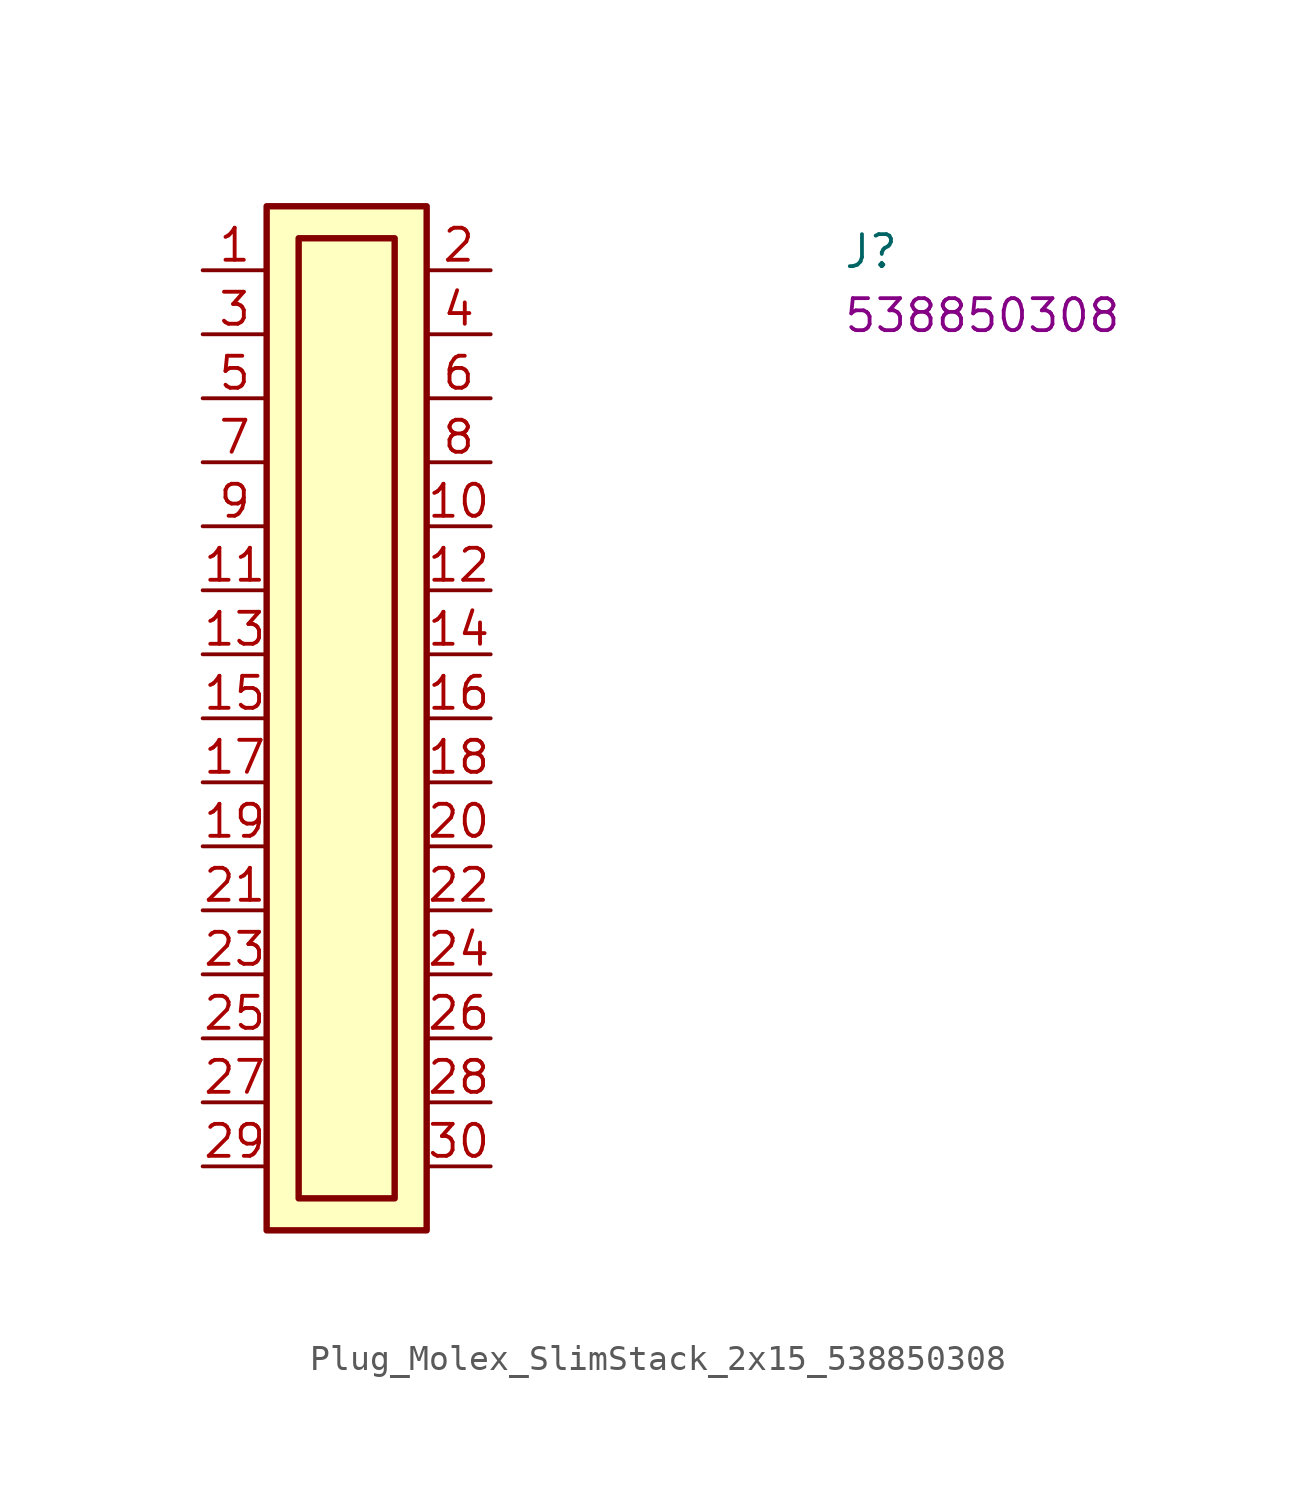
<source format=kicad_sym>
(kicad_symbol_lib
  (version 20220914)
  (generator kicad_symbol_editor)
  (symbol "Plug_Molex_SlimStack_2x15_538850308"
    (property "Reference" "J"
      (at 25.4 0 0)
      (effects (font (size 1.27 1.27) (thickness 0.15)) (justify left bottom)))
    (property "MPN" "538850308"
      (at 25.4 -2.54 0)
      (effects (font (size 1.27 1.27) (thickness 0.15)) (justify left bottom)))
    (symbol "Plug_Molex_SlimStack_2x15_538850308_1_1"
      (rectangle (start 2.54 2.54) (end 8.89 -38.1) (stroke (width 0.254) (type default)) (fill (type background)))
      (rectangle (start 3.81 1.27) (end 7.62 -36.83) (stroke (width 0.254) (type default)) (fill (type background)))
      (pin passive line (at 0 0 0) (length 2.54) (name "~" (effects (font (size 1.27 1.27)))) (number "1" (effects (font (size 1.27 1.27)))))
      (pin passive line (at 11.43 -10.16 180) (length 2.54) (name "~" (effects (font (size 1.27 1.27)))) (number "10" (effects (font (size 1.27 1.27)))))
      (pin passive line (at 0 -12.7 0) (length 2.54) (name "~" (effects (font (size 1.27 1.27)))) (number "11" (effects (font (size 1.27 1.27)))))
      (pin passive line (at 11.43 -12.7 180) (length 2.54) (name "~" (effects (font (size 1.27 1.27)))) (number "12" (effects (font (size 1.27 1.27)))))
      (pin passive line (at 0 -15.24 0) (length 2.54) (name "~" (effects (font (size 1.27 1.27)))) (number "13" (effects (font (size 1.27 1.27)))))
      (pin passive line (at 11.43 -15.24 180) (length 2.54) (name "~" (effects (font (size 1.27 1.27)))) (number "14" (effects (font (size 1.27 1.27)))))
      (pin passive line (at 0 -17.78 0) (length 2.54) (name "~" (effects (font (size 1.27 1.27)))) (number "15" (effects (font (size 1.27 1.27)))))
      (pin passive line (at 11.43 -17.78 180) (length 2.54) (name "~" (effects (font (size 1.27 1.27)))) (number "16" (effects (font (size 1.27 1.27)))))
      (pin passive line (at 0 -20.32 0) (length 2.54) (name "~" (effects (font (size 1.27 1.27)))) (number "17" (effects (font (size 1.27 1.27)))))
      (pin passive line (at 11.43 -20.32 180) (length 2.54) (name "~" (effects (font (size 1.27 1.27)))) (number "18" (effects (font (size 1.27 1.27)))))
      (pin passive line (at 0 -22.86 0) (length 2.54) (name "~" (effects (font (size 1.27 1.27)))) (number "19" (effects (font (size 1.27 1.27)))))
      (pin passive line (at 11.43 0 180) (length 2.54) (name "~" (effects (font (size 1.27 1.27)))) (number "2" (effects (font (size 1.27 1.27)))))
      (pin passive line (at 11.43 -22.86 180) (length 2.54) (name "~" (effects (font (size 1.27 1.27)))) (number "20" (effects (font (size 1.27 1.27)))))
      (pin passive line (at 0 -25.4 0) (length 2.54) (name "~" (effects (font (size 1.27 1.27)))) (number "21" (effects (font (size 1.27 1.27)))))
      (pin passive line (at 11.43 -25.4 180) (length 2.54) (name "~" (effects (font (size 1.27 1.27)))) (number "22" (effects (font (size 1.27 1.27)))))
      (pin passive line (at 0 -27.94 0) (length 2.54) (name "~" (effects (font (size 1.27 1.27)))) (number "23" (effects (font (size 1.27 1.27)))))
      (pin passive line (at 11.43 -27.94 180) (length 2.54) (name "~" (effects (font (size 1.27 1.27)))) (number "24" (effects (font (size 1.27 1.27)))))
      (pin passive line (at 0 -30.48 0) (length 2.54) (name "~" (effects (font (size 1.27 1.27)))) (number "25" (effects (font (size 1.27 1.27)))))
      (pin passive line (at 11.43 -30.48 180) (length 2.54) (name "~" (effects (font (size 1.27 1.27)))) (number "26" (effects (font (size 1.27 1.27)))))
      (pin passive line (at 0 -33.02 0) (length 2.54) (name "~" (effects (font (size 1.27 1.27)))) (number "27" (effects (font (size 1.27 1.27)))))
      (pin passive line (at 11.43 -33.02 180) (length 2.54) (name "~" (effects (font (size 1.27 1.27)))) (number "28" (effects (font (size 1.27 1.27)))))
      (pin passive line (at 0 -35.56 0) (length 2.54) (name "~" (effects (font (size 1.27 1.27)))) (number "29" (effects (font (size 1.27 1.27)))))
      (pin passive line (at 0 -2.54 0) (length 2.54) (name "~" (effects (font (size 1.27 1.27)))) (number "3" (effects (font (size 1.27 1.27)))))
      (pin passive line (at 11.43 -35.56 180) (length 2.54) (name "~" (effects (font (size 1.27 1.27)))) (number "30" (effects (font (size 1.27 1.27)))))
      (pin passive line (at 11.43 -2.54 180) (length 2.54) (name "~" (effects (font (size 1.27 1.27)))) (number "4" (effects (font (size 1.27 1.27)))))
      (pin passive line (at 0 -5.08 0) (length 2.54) (name "~" (effects (font (size 1.27 1.27)))) (number "5" (effects (font (size 1.27 1.27)))))
      (pin passive line (at 11.43 -5.08 180) (length 2.54) (name "~" (effects (font (size 1.27 1.27)))) (number "6" (effects (font (size 1.27 1.27)))))
      (pin passive line (at 0 -7.62 0) (length 2.54) (name "~" (effects (font (size 1.27 1.27)))) (number "7" (effects (font (size 1.27 1.27)))))
      (pin passive line (at 11.43 -7.62 180) (length 2.54) (name "~" (effects (font (size 1.27 1.27)))) (number "8" (effects (font (size 1.27 1.27)))))
      (pin passive line (at 0 -10.16 0) (length 2.54) (name "~" (effects (font (size 1.27 1.27)))) (number "9" (effects (font (size 1.27 1.27))))))))
</source>
